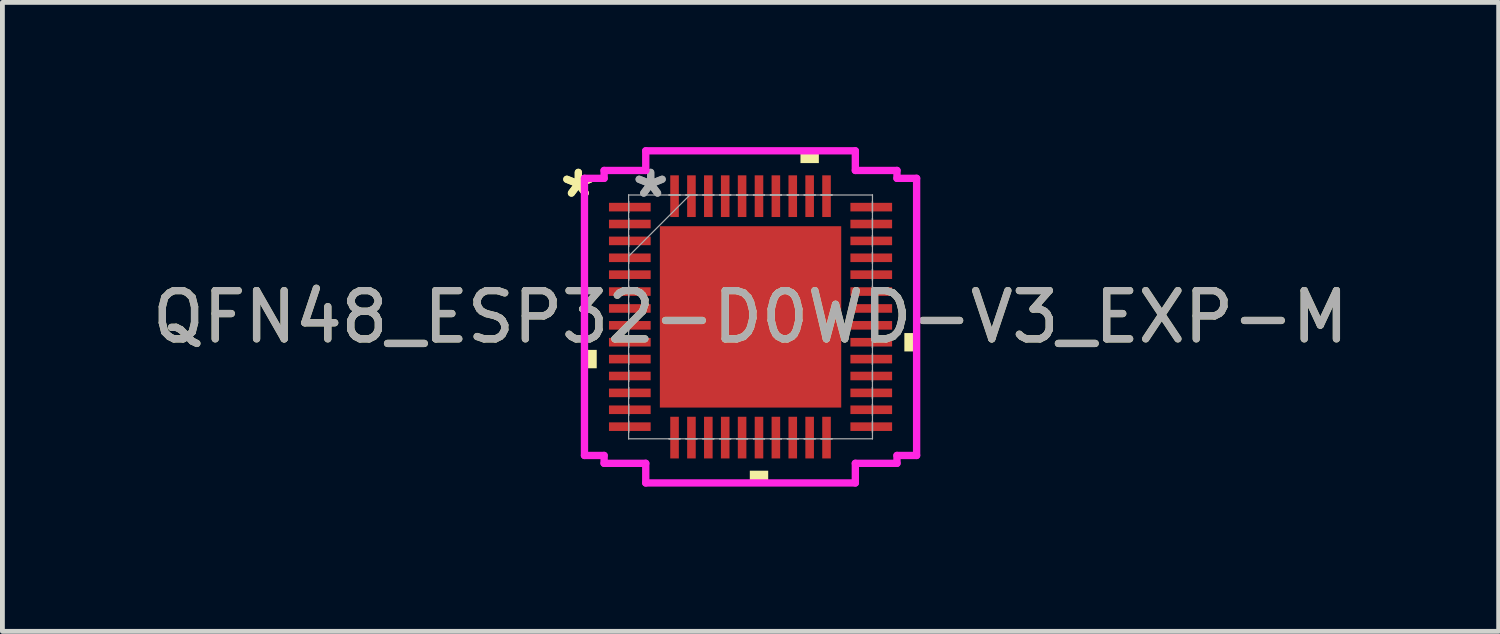
<source format=kicad_pcb>
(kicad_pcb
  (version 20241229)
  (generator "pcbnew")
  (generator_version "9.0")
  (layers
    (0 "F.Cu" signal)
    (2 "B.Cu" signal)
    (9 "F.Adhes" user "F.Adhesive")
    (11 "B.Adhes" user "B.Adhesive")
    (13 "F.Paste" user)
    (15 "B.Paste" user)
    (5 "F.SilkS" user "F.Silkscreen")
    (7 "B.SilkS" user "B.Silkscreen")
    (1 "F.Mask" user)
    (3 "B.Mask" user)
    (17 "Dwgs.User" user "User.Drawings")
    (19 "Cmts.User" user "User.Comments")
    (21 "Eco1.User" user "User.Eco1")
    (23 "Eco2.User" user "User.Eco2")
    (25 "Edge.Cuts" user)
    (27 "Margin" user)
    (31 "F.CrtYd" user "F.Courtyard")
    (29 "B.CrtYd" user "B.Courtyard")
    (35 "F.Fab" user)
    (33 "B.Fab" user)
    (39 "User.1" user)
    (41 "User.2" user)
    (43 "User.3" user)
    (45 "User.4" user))
  (footprint "QFN48_ESP32-D0WD-V3_EXP-M"
    (layer "F.Cu")
    (at 12.506 3.518)
    (property "Reference" "QFN48_ESP32-D0WD-V3_EXP-M" (at 0 0 0) (unlocked yes) (layer "F.SilkS") (effects (font (size 1 1) (thickness 0.15))))
    (attr smd)
    (fp_poly (pts (xy -3.442 0.684) (xy -3.442 1.065) (xy -3.188 1.065) (xy -3.188 0.684)) (stroke (width 0) (type solid)) (fill yes) (layer "F.SilkS"))
    (fp_poly (pts (xy -0.015 3.188) (xy -0.015 3.442) (xy 0.366 3.442) (xy 0.366 3.188)) (stroke (width 0) (type solid)) (fill yes) (layer "F.SilkS"))
    (fp_poly (pts (xy 1.035 -3.188) (xy 1.035 -3.442) (xy 1.416 -3.442) (xy 1.416 -3.188)) (stroke (width 0) (type solid)) (fill yes) (layer "F.SilkS"))
    (fp_poly (pts (xy 3.442 0.335) (xy 3.442 0.716) (xy 3.188 0.716) (xy 3.188 0.335)) (stroke (width 0) (type solid)) (fill yes) (layer "F.SilkS"))
    (fp_poly (pts (xy -1.78 -1.78) (xy -1.78 -0.1) (xy -0.1 -0.1) (xy -0.1 -1.78)) (stroke (width 0) (type solid)) (fill yes) (layer "F.Paste"))
    (fp_poly (pts (xy -1.78 0.1) (xy -1.78 1.78) (xy -0.1 1.78) (xy -0.1 0.1)) (stroke (width 0) (type solid)) (fill yes) (layer "F.Paste"))
    (fp_poly (pts (xy 0.1 -1.78) (xy 0.1 -0.1) (xy 1.78 -0.1) (xy 1.78 -1.78)) (stroke (width 0) (type solid)) (fill yes) (layer "F.Paste"))
    (fp_poly (pts (xy 0.1 0.1) (xy 0.1 1.78) (xy 1.78 1.78) (xy 1.78 0.1)) (stroke (width 0) (type solid)) (fill yes) (layer "F.Paste"))
    (fp_line (start -3.442 -2.872) (end -3.035 -2.872) (stroke (width 0.152) (type solid)) (layer "F.CrtYd"))
    (fp_line (start -3.442 2.872) (end -3.442 -2.872) (stroke (width 0.152) (type solid)) (layer "F.CrtYd"))
    (fp_line (start -3.035 -3.035) (end -2.172 -3.035) (stroke (width 0.152) (type solid)) (layer "F.CrtYd"))
    (fp_line (start -3.035 -2.872) (end -3.035 -3.035) (stroke (width 0.152) (type solid)) (layer "F.CrtYd"))
    (fp_line (start -3.035 2.872) (end -3.442 2.872) (stroke (width 0.152) (type solid)) (layer "F.CrtYd"))
    (fp_line (start -3.035 3.035) (end -3.035 2.872) (stroke (width 0.152) (type solid)) (layer "F.CrtYd"))
    (fp_line (start -2.172 -3.442) (end 2.172 -3.442) (stroke (width 0.152) (type solid)) (layer "F.CrtYd"))
    (fp_line (start -2.172 -3.035) (end -2.172 -3.442) (stroke (width 0.152) (type solid)) (layer "F.CrtYd"))
    (fp_line (start -2.172 3.035) (end -3.035 3.035) (stroke (width 0.152) (type solid)) (layer "F.CrtYd"))
    (fp_line (start -2.172 3.442) (end -2.172 3.035) (stroke (width 0.152) (type solid)) (layer "F.CrtYd"))
    (fp_line (start 2.172 -3.442) (end 2.172 -3.035) (stroke (width 0.152) (type solid)) (layer "F.CrtYd"))
    (fp_line (start 2.172 -3.035) (end 3.035 -3.035) (stroke (width 0.152) (type solid)) (layer "F.CrtYd"))
    (fp_line (start 2.172 3.035) (end 2.172 3.442) (stroke (width 0.152) (type solid)) (layer "F.CrtYd"))
    (fp_line (start 2.172 3.442) (end -2.172 3.442) (stroke (width 0.152) (type solid)) (layer "F.CrtYd"))
    (fp_line (start 3.035 -3.035) (end 3.035 -2.872) (stroke (width 0.152) (type solid)) (layer "F.CrtYd"))
    (fp_line (start 3.035 -2.872) (end 3.442 -2.872) (stroke (width 0.152) (type solid)) (layer "F.CrtYd"))
    (fp_line (start 3.035 2.872) (end 3.035 3.035) (stroke (width 0.152) (type solid)) (layer "F.CrtYd"))
    (fp_line (start 3.035 3.035) (end 2.172 3.035) (stroke (width 0.152) (type solid)) (layer "F.CrtYd"))
    (fp_line (start 3.442 -2.872) (end 3.442 2.872) (stroke (width 0.152) (type solid)) (layer "F.CrtYd"))
    (fp_line (start 3.442 2.872) (end 3.035 2.872) (stroke (width 0.152) (type solid)) (layer "F.CrtYd"))
    (fp_line (start -2.527 -2.527) (end -2.527 -2.527) (stroke (width 0.025) (type solid)) (layer "F.Fab"))
    (fp_line (start -2.527 -2.527) (end -2.527 2.527) (stroke (width 0.025) (type solid)) (layer "F.Fab"))
    (fp_line (start -2.527 -2.389) (end -2.527 -2.389) (stroke (width 0.025) (type solid)) (layer "F.Fab"))
    (fp_line (start -2.527 -2.389) (end -2.527 -2.161) (stroke (width 0.025) (type solid)) (layer "F.Fab"))
    (fp_line (start -2.527 -2.161) (end -2.527 -2.389) (stroke (width 0.025) (type solid)) (layer "F.Fab"))
    (fp_line (start -2.527 -2.161) (end -2.527 -2.161) (stroke (width 0.025) (type solid)) (layer "F.Fab"))
    (fp_line (start -2.527 -2.039) (end -2.527 -2.039) (stroke (width 0.025) (type solid)) (layer "F.Fab"))
    (fp_line (start -2.527 -2.039) (end -2.527 -1.811) (stroke (width 0.025) (type solid)) (layer "F.Fab"))
    (fp_line (start -2.527 -1.811) (end -2.527 -2.039) (stroke (width 0.025) (type solid)) (layer "F.Fab"))
    (fp_line (start -2.527 -1.811) (end -2.527 -1.811) (stroke (width 0.025) (type solid)) (layer "F.Fab"))
    (fp_line (start -2.527 -1.689) (end -2.527 -1.689) (stroke (width 0.025) (type solid)) (layer "F.Fab"))
    (fp_line (start -2.527 -1.689) (end -2.527 -1.461) (stroke (width 0.025) (type solid)) (layer "F.Fab"))
    (fp_line (start -2.527 -1.461) (end -2.527 -1.689) (stroke (width 0.025) (type solid)) (layer "F.Fab"))
    (fp_line (start -2.527 -1.461) (end -2.527 -1.461) (stroke (width 0.025) (type solid)) (layer "F.Fab"))
    (fp_line (start -2.527 -1.339) (end -2.527 -1.339) (stroke (width 0.025) (type solid)) (layer "F.Fab"))
    (fp_line (start -2.527 -1.339) (end -2.527 -1.111) (stroke (width 0.025) (type solid)) (layer "F.Fab"))
    (fp_line (start -2.527 -1.257) (end -1.257 -2.527) (stroke (width 0.025) (type solid)) (layer "F.Fab"))
    (fp_line (start -2.527 -1.111) (end -2.527 -1.339) (stroke (width 0.025) (type solid)) (layer "F.Fab"))
    (fp_line (start -2.527 -1.111) (end -2.527 -1.111) (stroke (width 0.025) (type solid)) (layer "F.Fab"))
    (fp_line (start -2.527 -0.989) (end -2.527 -0.989) (stroke (width 0.025) (type solid)) (layer "F.Fab"))
    (fp_line (start -2.527 -0.989) (end -2.527 -0.761) (stroke (width 0.025) (type solid)) (layer "F.Fab"))
    (fp_line (start -2.527 -0.761) (end -2.527 -0.989) (stroke (width 0.025) (type solid)) (layer "F.Fab"))
    (fp_line (start -2.527 -0.761) (end -2.527 -0.761) (stroke (width 0.025) (type solid)) (layer "F.Fab"))
    (fp_line (start -2.527 -0.639) (end -2.527 -0.639) (stroke (width 0.025) (type solid)) (layer "F.Fab"))
    (fp_line (start -2.527 -0.639) (end -2.527 -0.411) (stroke (width 0.025) (type solid)) (layer "F.Fab"))
    (fp_line (start -2.527 -0.411) (end -2.527 -0.639) (stroke (width 0.025) (type solid)) (layer "F.Fab"))
    (fp_line (start -2.527 -0.411) (end -2.527 -0.411) (stroke (width 0.025) (type solid)) (layer "F.Fab"))
    (fp_line (start -2.527 -0.289) (end -2.527 -0.289) (stroke (width 0.025) (type solid)) (layer "F.Fab"))
    (fp_line (start -2.527 -0.289) (end -2.527 -0.061) (stroke (width 0.025) (type solid)) (layer "F.Fab"))
    (fp_line (start -2.527 -0.061) (end -2.527 -0.289) (stroke (width 0.025) (type solid)) (layer "F.Fab"))
    (fp_line (start -2.527 -0.061) (end -2.527 -0.061) (stroke (width 0.025) (type solid)) (layer "F.Fab"))
    (fp_line (start -2.527 0.061) (end -2.527 0.061) (stroke (width 0.025) (type solid)) (layer "F.Fab"))
    (fp_line (start -2.527 0.061) (end -2.527 0.289) (stroke (width 0.025) (type solid)) (layer "F.Fab"))
    (fp_line (start -2.527 0.289) (end -2.527 0.061) (stroke (width 0.025) (type solid)) (layer "F.Fab"))
    (fp_line (start -2.527 0.289) (end -2.527 0.289) (stroke (width 0.025) (type solid)) (layer "F.Fab"))
    (fp_line (start -2.527 0.411) (end -2.527 0.411) (stroke (width 0.025) (type solid)) (layer "F.Fab"))
    (fp_line (start -2.527 0.411) (end -2.527 0.639) (stroke (width 0.025) (type solid)) (layer "F.Fab"))
    (fp_line (start -2.527 0.639) (end -2.527 0.411) (stroke (width 0.025) (type solid)) (layer "F.Fab"))
    (fp_line (start -2.527 0.639) (end -2.527 0.639) (stroke (width 0.025) (type solid)) (layer "F.Fab"))
    (fp_line (start -2.527 0.761) (end -2.527 0.761) (stroke (width 0.025) (type solid)) (layer "F.Fab"))
    (fp_line (start -2.527 0.761) (end -2.527 0.989) (stroke (width 0.025) (type solid)) (layer "F.Fab"))
    (fp_line (start -2.527 0.989) (end -2.527 0.761) (stroke (width 0.025) (type solid)) (layer "F.Fab"))
    (fp_line (start -2.527 0.989) (end -2.527 0.989) (stroke (width 0.025) (type solid)) (layer "F.Fab"))
    (fp_line (start -2.527 1.111) (end -2.527 1.111) (stroke (width 0.025) (type solid)) (layer "F.Fab"))
    (fp_line (start -2.527 1.111) (end -2.527 1.339) (stroke (width 0.025) (type solid)) (layer "F.Fab"))
    (fp_line (start -2.527 1.339) (end -2.527 1.111) (stroke (width 0.025) (type solid)) (layer "F.Fab"))
    (fp_line (start -2.527 1.339) (end -2.527 1.339) (stroke (width 0.025) (type solid)) (layer "F.Fab"))
    (fp_line (start -2.527 1.461) (end -2.527 1.461) (stroke (width 0.025) (type solid)) (layer "F.Fab"))
    (fp_line (start -2.527 1.461) (end -2.527 1.689) (stroke (width 0.025) (type solid)) (layer "F.Fab"))
    (fp_line (start -2.527 1.689) (end -2.527 1.461) (stroke (width 0.025) (type solid)) (layer "F.Fab"))
    (fp_line (start -2.527 1.689) (end -2.527 1.689) (stroke (width 0.025) (type solid)) (layer "F.Fab"))
    (fp_line (start -2.527 1.811) (end -2.527 1.811) (stroke (width 0.025) (type solid)) (layer "F.Fab"))
    (fp_line (start -2.527 1.811) (end -2.527 2.039) (stroke (width 0.025) (type solid)) (layer "F.Fab"))
    (fp_line (start -2.527 2.039) (end -2.527 1.811) (stroke (width 0.025) (type solid)) (layer "F.Fab"))
    (fp_line (start -2.527 2.039) (end -2.527 2.039) (stroke (width 0.025) (type solid)) (layer "F.Fab"))
    (fp_line (start -2.527 2.161) (end -2.527 2.161) (stroke (width 0.025) (type solid)) (layer "F.Fab"))
    (fp_line (start -2.527 2.161) (end -2.527 2.389) (stroke (width 0.025) (type solid)) (layer "F.Fab"))
    (fp_line (start -2.527 2.389) (end -2.527 2.161) (stroke (width 0.025) (type solid)) (layer "F.Fab"))
    (fp_line (start -2.527 2.389) (end -2.527 2.389) (stroke (width 0.025) (type solid)) (layer "F.Fab"))
    (fp_line (start -2.527 2.527) (end -2.527 2.527) (stroke (width 0.025) (type solid)) (layer "F.Fab"))
    (fp_line (start -2.527 2.527) (end 2.527 2.527) (stroke (width 0.025) (type solid)) (layer "F.Fab"))
    (fp_line (start -1.689 -2.527) (end -1.689 -2.527) (stroke (width 0.025) (type solid)) (layer "F.Fab"))
    (fp_line (start -1.689 -2.527) (end -1.461 -2.527) (stroke (width 0.025) (type solid)) (layer "F.Fab"))
    (fp_line (start -1.689 2.527) (end -1.689 2.527) (stroke (width 0.025) (type solid)) (layer "F.Fab"))
    (fp_line (start -1.689 2.527) (end -1.461 2.527) (stroke (width 0.025) (type solid)) (layer "F.Fab"))
    (fp_line (start -1.461 -2.527) (end -1.689 -2.527) (stroke (width 0.025) (type solid)) (layer "F.Fab"))
    (fp_line (start -1.461 -2.527) (end -1.461 -2.527) (stroke (width 0.025) (type solid)) (layer "F.Fab"))
    (fp_line (start -1.461 2.527) (end -1.689 2.527) (stroke (width 0.025) (type solid)) (layer "F.Fab"))
    (fp_line (start -1.461 2.527) (end -1.461 2.527) (stroke (width 0.025) (type solid)) (layer "F.Fab"))
    (fp_line (start -1.339 -2.527) (end -1.339 -2.527) (stroke (width 0.025) (type solid)) (layer "F.Fab"))
    (fp_line (start -1.339 -2.527) (end -1.111 -2.527) (stroke (width 0.025) (type solid)) (layer "F.Fab"))
    (fp_line (start -1.339 2.527) (end -1.339 2.527) (stroke (width 0.025) (type solid)) (layer "F.Fab"))
    (fp_line (start -1.339 2.527) (end -1.111 2.527) (stroke (width 0.025) (type solid)) (layer "F.Fab"))
    (fp_line (start -1.111 -2.527) (end -1.339 -2.527) (stroke (width 0.025) (type solid)) (layer "F.Fab"))
    (fp_line (start -1.111 -2.527) (end -1.111 -2.527) (stroke (width 0.025) (type solid)) (layer "F.Fab"))
    (fp_line (start -1.111 2.527) (end -1.339 2.527) (stroke (width 0.025) (type solid)) (layer "F.Fab"))
    (fp_line (start -1.111 2.527) (end -1.111 2.527) (stroke (width 0.025) (type solid)) (layer "F.Fab"))
    (fp_line (start -0.989 -2.527) (end -0.989 -2.527) (stroke (width 0.025) (type solid)) (layer "F.Fab"))
    (fp_line (start -0.989 -2.527) (end -0.761 -2.527) (stroke (width 0.025) (type solid)) (layer "F.Fab"))
    (fp_line (start -0.989 2.527) (end -0.989 2.527) (stroke (width 0.025) (type solid)) (layer "F.Fab"))
    (fp_line (start -0.989 2.527) (end -0.761 2.527) (stroke (width 0.025) (type solid)) (layer "F.Fab"))
    (fp_line (start -0.761 -2.527) (end -0.989 -2.527) (stroke (width 0.025) (type solid)) (layer "F.Fab"))
    (fp_line (start -0.761 -2.527) (end -0.761 -2.527) (stroke (width 0.025) (type solid)) (layer "F.Fab"))
    (fp_line (start -0.761 2.527) (end -0.989 2.527) (stroke (width 0.025) (type solid)) (layer "F.Fab"))
    (fp_line (start -0.761 2.527) (end -0.761 2.527) (stroke (width 0.025) (type solid)) (layer "F.Fab"))
    (fp_line (start -0.639 -2.527) (end -0.639 -2.527) (stroke (width 0.025) (type solid)) (layer "F.Fab"))
    (fp_line (start -0.639 -2.527) (end -0.411 -2.527) (stroke (width 0.025) (type solid)) (layer "F.Fab"))
    (fp_line (start -0.639 2.527) (end -0.639 2.527) (stroke (width 0.025) (type solid)) (layer "F.Fab"))
    (fp_line (start -0.639 2.527) (end -0.411 2.527) (stroke (width 0.025) (type solid)) (layer "F.Fab"))
    (fp_line (start -0.411 -2.527) (end -0.639 -2.527) (stroke (width 0.025) (type solid)) (layer "F.Fab"))
    (fp_line (start -0.411 -2.527) (end -0.411 -2.527) (stroke (width 0.025) (type solid)) (layer "F.Fab"))
    (fp_line (start -0.411 2.527) (end -0.639 2.527) (stroke (width 0.025) (type solid)) (layer "F.Fab"))
    (fp_line (start -0.411 2.527) (end -0.411 2.527) (stroke (width 0.025) (type solid)) (layer "F.Fab"))
    (fp_line (start -0.289 -2.527) (end -0.289 -2.527) (stroke (width 0.025) (type solid)) (layer "F.Fab"))
    (fp_line (start -0.289 -2.527) (end -0.061 -2.527) (stroke (width 0.025) (type solid)) (layer "F.Fab"))
    (fp_line (start -0.289 2.527) (end -0.289 2.527) (stroke (width 0.025) (type solid)) (layer "F.Fab"))
    (fp_line (start -0.289 2.527) (end -0.061 2.527) (stroke (width 0.025) (type solid)) (layer "F.Fab"))
    (fp_line (start -0.061 -2.527) (end -0.289 -2.527) (stroke (width 0.025) (type solid)) (layer "F.Fab"))
    (fp_line (start -0.061 -2.527) (end -0.061 -2.527) (stroke (width 0.025) (type solid)) (layer "F.Fab"))
    (fp_line (start -0.061 2.527) (end -0.289 2.527) (stroke (width 0.025) (type solid)) (layer "F.Fab"))
    (fp_line (start -0.061 2.527) (end -0.061 2.527) (stroke (width 0.025) (type solid)) (layer "F.Fab"))
    (fp_line (start 0.061 -2.527) (end 0.061 -2.527) (stroke (width 0.025) (type solid)) (layer "F.Fab"))
    (fp_line (start 0.061 -2.527) (end 0.289 -2.527) (stroke (width 0.025) (type solid)) (layer "F.Fab"))
    (fp_line (start 0.061 2.527) (end 0.061 2.527) (stroke (width 0.025) (type solid)) (layer "F.Fab"))
    (fp_line (start 0.061 2.527) (end 0.289 2.527) (stroke (width 0.025) (type solid)) (layer "F.Fab"))
    (fp_line (start 0.289 -2.527) (end 0.061 -2.527) (stroke (width 0.025) (type solid)) (layer "F.Fab"))
    (fp_line (start 0.289 -2.527) (end 0.289 -2.527) (stroke (width 0.025) (type solid)) (layer "F.Fab"))
    (fp_line (start 0.289 2.527) (end 0.061 2.527) (stroke (width 0.025) (type solid)) (layer "F.Fab"))
    (fp_line (start 0.289 2.527) (end 0.289 2.527) (stroke (width 0.025) (type solid)) (layer "F.Fab"))
    (fp_line (start 0.411 -2.527) (end 0.411 -2.527) (stroke (width 0.025) (type solid)) (layer "F.Fab"))
    (fp_line (start 0.411 -2.527) (end 0.639 -2.527) (stroke (width 0.025) (type solid)) (layer "F.Fab"))
    (fp_line (start 0.411 2.527) (end 0.411 2.527) (stroke (width 0.025) (type solid)) (layer "F.Fab"))
    (fp_line (start 0.411 2.527) (end 0.639 2.527) (stroke (width 0.025) (type solid)) (layer "F.Fab"))
    (fp_line (start 0.639 -2.527) (end 0.411 -2.527) (stroke (width 0.025) (type solid)) (layer "F.Fab"))
    (fp_line (start 0.639 -2.527) (end 0.639 -2.527) (stroke (width 0.025) (type solid)) (layer "F.Fab"))
    (fp_line (start 0.639 2.527) (end 0.411 2.527) (stroke (width 0.025) (type solid)) (layer "F.Fab"))
    (fp_line (start 0.639 2.527) (end 0.639 2.527) (stroke (width 0.025) (type solid)) (layer "F.Fab"))
    (fp_line (start 0.761 -2.527) (end 0.761 -2.527) (stroke (width 0.025) (type solid)) (layer "F.Fab"))
    (fp_line (start 0.761 -2.527) (end 0.989 -2.527) (stroke (width 0.025) (type solid)) (layer "F.Fab"))
    (fp_line (start 0.761 2.527) (end 0.761 2.527) (stroke (width 0.025) (type solid)) (layer "F.Fab"))
    (fp_line (start 0.761 2.527) (end 0.989 2.527) (stroke (width 0.025) (type solid)) (layer "F.Fab"))
    (fp_line (start 0.989 -2.527) (end 0.761 -2.527) (stroke (width 0.025) (type solid)) (layer "F.Fab"))
    (fp_line (start 0.989 -2.527) (end 0.989 -2.527) (stroke (width 0.025) (type solid)) (layer "F.Fab"))
    (fp_line (start 0.989 2.527) (end 0.761 2.527) (stroke (width 0.025) (type solid)) (layer "F.Fab"))
    (fp_line (start 0.989 2.527) (end 0.989 2.527) (stroke (width 0.025) (type solid)) (layer "F.Fab"))
    (fp_line (start 1.111 -2.527) (end 1.111 -2.527) (stroke (width 0.025) (type solid)) (layer "F.Fab"))
    (fp_line (start 1.111 -2.527) (end 1.339 -2.527) (stroke (width 0.025) (type solid)) (layer "F.Fab"))
    (fp_line (start 1.111 2.527) (end 1.111 2.527) (stroke (width 0.025) (type solid)) (layer "F.Fab"))
    (fp_line (start 1.111 2.527) (end 1.339 2.527) (stroke (width 0.025) (type solid)) (layer "F.Fab"))
    (fp_line (start 1.339 -2.527) (end 1.111 -2.527) (stroke (width 0.025) (type solid)) (layer "F.Fab"))
    (fp_line (start 1.339 -2.527) (end 1.339 -2.527) (stroke (width 0.025) (type solid)) (layer "F.Fab"))
    (fp_line (start 1.339 2.527) (end 1.111 2.527) (stroke (width 0.025) (type solid)) (layer "F.Fab"))
    (fp_line (start 1.339 2.527) (end 1.339 2.527) (stroke (width 0.025) (type solid)) (layer "F.Fab"))
    (fp_line (start 1.461 -2.527) (end 1.461 -2.527) (stroke (width 0.025) (type solid)) (layer "F.Fab"))
    (fp_line (start 1.461 -2.527) (end 1.689 -2.527) (stroke (width 0.025) (type solid)) (layer "F.Fab"))
    (fp_line (start 1.461 2.527) (end 1.461 2.527) (stroke (width 0.025) (type solid)) (layer "F.Fab"))
    (fp_line (start 1.461 2.527) (end 1.689 2.527) (stroke (width 0.025) (type solid)) (layer "F.Fab"))
    (fp_line (start 1.689 -2.527) (end 1.461 -2.527) (stroke (width 0.025) (type solid)) (layer "F.Fab"))
    (fp_line (start 1.689 -2.527) (end 1.689 -2.527) (stroke (width 0.025) (type solid)) (layer "F.Fab"))
    (fp_line (start 1.689 2.527) (end 1.461 2.527) (stroke (width 0.025) (type solid)) (layer "F.Fab"))
    (fp_line (start 1.689 2.527) (end 1.689 2.527) (stroke (width 0.025) (type solid)) (layer "F.Fab"))
    (fp_line (start 2.527 -2.527) (end -2.527 -2.527) (stroke (width 0.025) (type solid)) (layer "F.Fab"))
    (fp_line (start 2.527 -2.527) (end 2.527 -2.527) (stroke (width 0.025) (type solid)) (layer "F.Fab"))
    (fp_line (start 2.527 -2.389) (end 2.527 -2.389) (stroke (width 0.025) (type solid)) (layer "F.Fab"))
    (fp_line (start 2.527 -2.389) (end 2.527 -2.161) (stroke (width 0.025) (type solid)) (layer "F.Fab"))
    (fp_line (start 2.527 -2.161) (end 2.527 -2.389) (stroke (width 0.025) (type solid)) (layer "F.Fab"))
    (fp_line (start 2.527 -2.161) (end 2.527 -2.161) (stroke (width 0.025) (type solid)) (layer "F.Fab"))
    (fp_line (start 2.527 -2.039) (end 2.527 -2.039) (stroke (width 0.025) (type solid)) (layer "F.Fab"))
    (fp_line (start 2.527 -2.039) (end 2.527 -1.811) (stroke (width 0.025) (type solid)) (layer "F.Fab"))
    (fp_line (start 2.527 -1.811) (end 2.527 -2.039) (stroke (width 0.025) (type solid)) (layer "F.Fab"))
    (fp_line (start 2.527 -1.811) (end 2.527 -1.811) (stroke (width 0.025) (type solid)) (layer "F.Fab"))
    (fp_line (start 2.527 -1.689) (end 2.527 -1.689) (stroke (width 0.025) (type solid)) (layer "F.Fab"))
    (fp_line (start 2.527 -1.689) (end 2.527 -1.461) (stroke (width 0.025) (type solid)) (layer "F.Fab"))
    (fp_line (start 2.527 -1.461) (end 2.527 -1.689) (stroke (width 0.025) (type solid)) (layer "F.Fab"))
    (fp_line (start 2.527 -1.461) (end 2.527 -1.461) (stroke (width 0.025) (type solid)) (layer "F.Fab"))
    (fp_line (start 2.527 -1.339) (end 2.527 -1.339) (stroke (width 0.025) (type solid)) (layer "F.Fab"))
    (fp_line (start 2.527 -1.339) (end 2.527 -1.111) (stroke (width 0.025) (type solid)) (layer "F.Fab"))
    (fp_line (start 2.527 -1.111) (end 2.527 -1.339) (stroke (width 0.025) (type solid)) (layer "F.Fab"))
    (fp_line (start 2.527 -1.111) (end 2.527 -1.111) (stroke (width 0.025) (type solid)) (layer "F.Fab"))
    (fp_line (start 2.527 -0.989) (end 2.527 -0.989) (stroke (width 0.025) (type solid)) (layer "F.Fab"))
    (fp_line (start 2.527 -0.989) (end 2.527 -0.761) (stroke (width 0.025) (type solid)) (layer "F.Fab"))
    (fp_line (start 2.527 -0.761) (end 2.527 -0.989) (stroke (width 0.025) (type solid)) (layer "F.Fab"))
    (fp_line (start 2.527 -0.761) (end 2.527 -0.761) (stroke (width 0.025) (type solid)) (layer "F.Fab"))
    (fp_line (start 2.527 -0.639) (end 2.527 -0.639) (stroke (width 0.025) (type solid)) (layer "F.Fab"))
    (fp_line (start 2.527 -0.639) (end 2.527 -0.411) (stroke (width 0.025) (type solid)) (layer "F.Fab"))
    (fp_line (start 2.527 -0.411) (end 2.527 -0.639) (stroke (width 0.025) (type solid)) (layer "F.Fab"))
    (fp_line (start 2.527 -0.411) (end 2.527 -0.411) (stroke (width 0.025) (type solid)) (layer "F.Fab"))
    (fp_line (start 2.527 -0.289) (end 2.527 -0.289) (stroke (width 0.025) (type solid)) (layer "F.Fab"))
    (fp_line (start 2.527 -0.289) (end 2.527 -0.061) (stroke (width 0.025) (type solid)) (layer "F.Fab"))
    (fp_line (start 2.527 -0.061) (end 2.527 -0.289) (stroke (width 0.025) (type solid)) (layer "F.Fab"))
    (fp_line (start 2.527 -0.061) (end 2.527 -0.061) (stroke (width 0.025) (type solid)) (layer "F.Fab"))
    (fp_line (start 2.527 0.061) (end 2.527 0.061) (stroke (width 0.025) (type solid)) (layer "F.Fab"))
    (fp_line (start 2.527 0.061) (end 2.527 0.289) (stroke (width 0.025) (type solid)) (layer "F.Fab"))
    (fp_line (start 2.527 0.289) (end 2.527 0.061) (stroke (width 0.025) (type solid)) (layer "F.Fab"))
    (fp_line (start 2.527 0.289) (end 2.527 0.289) (stroke (width 0.025) (type solid)) (layer "F.Fab"))
    (fp_line (start 2.527 0.411) (end 2.527 0.411) (stroke (width 0.025) (type solid)) (layer "F.Fab"))
    (fp_line (start 2.527 0.411) (end 2.527 0.639) (stroke (width 0.025) (type solid)) (layer "F.Fab"))
    (fp_line (start 2.527 0.639) (end 2.527 0.411) (stroke (width 0.025) (type solid)) (layer "F.Fab"))
    (fp_line (start 2.527 0.639) (end 2.527 0.639) (stroke (width 0.025) (type solid)) (layer "F.Fab"))
    (fp_line (start 2.527 0.761) (end 2.527 0.761) (stroke (width 0.025) (type solid)) (layer "F.Fab"))
    (fp_line (start 2.527 0.761) (end 2.527 0.989) (stroke (width 0.025) (type solid)) (layer "F.Fab"))
    (fp_line (start 2.527 0.989) (end 2.527 0.761) (stroke (width 0.025) (type solid)) (layer "F.Fab"))
    (fp_line (start 2.527 0.989) (end 2.527 0.989) (stroke (width 0.025) (type solid)) (layer "F.Fab"))
    (fp_line (start 2.527 1.111) (end 2.527 1.111) (stroke (width 0.025) (type solid)) (layer "F.Fab"))
    (fp_line (start 2.527 1.111) (end 2.527 1.339) (stroke (width 0.025) (type solid)) (layer "F.Fab"))
    (fp_line (start 2.527 1.339) (end 2.527 1.111) (stroke (width 0.025) (type solid)) (layer "F.Fab"))
    (fp_line (start 2.527 1.339) (end 2.527 1.339) (stroke (width 0.025) (type solid)) (layer "F.Fab"))
    (fp_line (start 2.527 1.461) (end 2.527 1.461) (stroke (width 0.025) (type solid)) (layer "F.Fab"))
    (fp_line (start 2.527 1.461) (end 2.527 1.689) (stroke (width 0.025) (type solid)) (layer "F.Fab"))
    (fp_line (start 2.527 1.689) (end 2.527 1.461) (stroke (width 0.025) (type solid)) (layer "F.Fab"))
    (fp_line (start 2.527 1.689) (end 2.527 1.689) (stroke (width 0.025) (type solid)) (layer "F.Fab"))
    (fp_line (start 2.527 1.811) (end 2.527 1.811) (stroke (width 0.025) (type solid)) (layer "F.Fab"))
    (fp_line (start 2.527 1.811) (end 2.527 2.039) (stroke (width 0.025) (type solid)) (layer "F.Fab"))
    (fp_line (start 2.527 2.039) (end 2.527 1.811) (stroke (width 0.025) (type solid)) (layer "F.Fab"))
    (fp_line (start 2.527 2.039) (end 2.527 2.039) (stroke (width 0.025) (type solid)) (layer "F.Fab"))
    (fp_line (start 2.527 2.161) (end 2.527 2.161) (stroke (width 0.025) (type solid)) (layer "F.Fab"))
    (fp_line (start 2.527 2.161) (end 2.527 2.389) (stroke (width 0.025) (type solid)) (layer "F.Fab"))
    (fp_line (start 2.527 2.389) (end 2.527 2.161) (stroke (width 0.025) (type solid)) (layer "F.Fab"))
    (fp_line (start 2.527 2.389) (end 2.527 2.389) (stroke (width 0.025) (type solid)) (layer "F.Fab"))
    (fp_line (start 2.527 2.527) (end 2.527 -2.527) (stroke (width 0.025) (type solid)) (layer "F.Fab"))
    (fp_line (start 2.527 2.527) (end 2.527 2.527) (stroke (width 0.025) (type solid)) (layer "F.Fab"))
    (fp_text user "*" (at -3.569 -2.45 0) (unlocked yes) (layer "F.SilkS") (effects (font (size 1 1) (thickness 0.15))))
    (fp_text user "*" (at -3.569 -2.45 0) (layer "F.SilkS") (effects (font (size 1 1) (thickness 0.15))))
    (fp_text user "*" (at -2.07 -2.45 0) (unlocked yes) (layer "F.Fab") (effects (font (size 1 1) (thickness 0.15))))
    (fp_text user "*" (at -2.07 -2.45 0) (layer "F.Fab") (effects (font (size 1 1) (thickness 0.15))))
    (fp_text user "${REFERENCE}" (at 0 0 0) (unlocked yes) (layer "F.Fab") (effects (font (size 1 1) (thickness 0.15))))
    (pad "1" smd rect (at -2.502 -2.275 90) (size 0.178 0.864) (layers "F.Cu" "F.Mask" "F.Paste"))
    (pad "2" smd rect (at -2.502 -1.925 90) (size 0.178 0.864) (layers "F.Cu" "F.Mask" "F.Paste"))
    (pad "3" smd rect (at -2.502 -1.575 90) (size 0.178 0.864) (layers "F.Cu" "F.Mask" "F.Paste"))
    (pad "4" smd rect (at -2.502 -1.225 90) (size 0.178 0.864) (layers "F.Cu" "F.Mask" "F.Paste"))
    (pad "5" smd rect (at -2.502 -0.875 90) (size 0.178 0.864) (layers "F.Cu" "F.Mask" "F.Paste"))
    (pad "6" smd rect (at -2.502 -0.525 90) (size 0.178 0.864) (layers "F.Cu" "F.Mask" "F.Paste"))
    (pad "7" smd rect (at -2.502 -0.175 90) (size 0.178 0.864) (layers "F.Cu" "F.Mask" "F.Paste"))
    (pad "8" smd rect (at -2.502 0.175 90) (size 0.178 0.864) (layers "F.Cu" "F.Mask" "F.Paste"))
    (pad "9" smd rect (at -2.502 0.525 90) (size 0.178 0.864) (layers "F.Cu" "F.Mask" "F.Paste"))
    (pad "10" smd rect (at -2.502 0.875 90) (size 0.178 0.864) (layers "F.Cu" "F.Mask" "F.Paste"))
    (pad "11" smd rect (at -2.502 1.225 90) (size 0.178 0.864) (layers "F.Cu" "F.Mask" "F.Paste"))
    (pad "12" smd rect (at -2.502 1.575 90) (size 0.178 0.864) (layers "F.Cu" "F.Mask" "F.Paste"))
    (pad "13" smd rect (at -2.502 1.925 90) (size 0.178 0.864) (layers "F.Cu" "F.Mask" "F.Paste"))
    (pad "14" smd rect (at -2.502 2.275 90) (size 0.178 0.864) (layers "F.Cu" "F.Mask" "F.Paste"))
    (pad "15" smd rect (at -1.575 2.502) (size 0.178 0.864) (layers "F.Cu" "F.Mask" "F.Paste"))
    (pad "16" smd rect (at -1.225 2.502) (size 0.178 0.864) (layers "F.Cu" "F.Mask" "F.Paste"))
    (pad "17" smd rect (at -0.875 2.502) (size 0.178 0.864) (layers "F.Cu" "F.Mask" "F.Paste"))
    (pad "18" smd rect (at -0.525 2.502) (size 0.178 0.864) (layers "F.Cu" "F.Mask" "F.Paste"))
    (pad "19" smd rect (at -0.175 2.502) (size 0.178 0.864) (layers "F.Cu" "F.Mask" "F.Paste"))
    (pad "20" smd rect (at 0.175 2.502) (size 0.178 0.864) (layers "F.Cu" "F.Mask" "F.Paste"))
    (pad "21" smd rect (at 0.525 2.502) (size 0.178 0.864) (layers "F.Cu" "F.Mask" "F.Paste"))
    (pad "22" smd rect (at 0.875 2.502) (size 0.178 0.864) (layers "F.Cu" "F.Mask" "F.Paste"))
    (pad "23" smd rect (at 1.225 2.502) (size 0.178 0.864) (layers "F.Cu" "F.Mask" "F.Paste"))
    (pad "24" smd rect (at 1.575 2.502) (size 0.178 0.864) (layers "F.Cu" "F.Mask" "F.Paste"))
    (pad "25" smd rect (at 2.502 2.275 90) (size 0.178 0.864) (layers "F.Cu" "F.Mask" "F.Paste"))
    (pad "26" smd rect (at 2.502 1.925 90) (size 0.178 0.864) (layers "F.Cu" "F.Mask" "F.Paste"))
    (pad "27" smd rect (at 2.502 1.575 90) (size 0.178 0.864) (layers "F.Cu" "F.Mask" "F.Paste"))
    (pad "28" smd rect (at 2.502 1.225 90) (size 0.178 0.864) (layers "F.Cu" "F.Mask" "F.Paste"))
    (pad "29" smd rect (at 2.502 0.875 90) (size 0.178 0.864) (layers "F.Cu" "F.Mask" "F.Paste"))
    (pad "30" smd rect (at 2.502 0.525 90) (size 0.178 0.864) (layers "F.Cu" "F.Mask" "F.Paste"))
    (pad "31" smd rect (at 2.502 0.175 90) (size 0.178 0.864) (layers "F.Cu" "F.Mask" "F.Paste"))
    (pad "32" smd rect (at 2.502 -0.175 90) (size 0.178 0.864) (layers "F.Cu" "F.Mask" "F.Paste"))
    (pad "33" smd rect (at 2.502 -0.525 90) (size 0.178 0.864) (layers "F.Cu" "F.Mask" "F.Paste"))
    (pad "34" smd rect (at 2.502 -0.875 90) (size 0.178 0.864) (layers "F.Cu" "F.Mask" "F.Paste"))
    (pad "35" smd rect (at 2.502 -1.225 90) (size 0.178 0.864) (layers "F.Cu" "F.Mask" "F.Paste"))
    (pad "36" smd rect (at 2.502 -1.575 90) (size 0.178 0.864) (layers "F.Cu" "F.Mask" "F.Paste"))
    (pad "37" smd rect (at 2.502 -1.925 90) (size 0.178 0.864) (layers "F.Cu" "F.Mask" "F.Paste"))
    (pad "38" smd rect (at 2.502 -2.275 90) (size 0.178 0.864) (layers "F.Cu" "F.Mask" "F.Paste"))
    (pad "39" smd rect (at 1.575 -2.502) (size 0.178 0.864) (layers "F.Cu" "F.Mask" "F.Paste"))
    (pad "40" smd rect (at 1.225 -2.502) (size 0.178 0.864) (layers "F.Cu" "F.Mask" "F.Paste"))
    (pad "41" smd rect (at 0.875 -2.502) (size 0.178 0.864) (layers "F.Cu" "F.Mask" "F.Paste"))
    (pad "42" smd rect (at 0.525 -2.502) (size 0.178 0.864) (layers "F.Cu" "F.Mask" "F.Paste"))
    (pad "43" smd rect (at 0.175 -2.502) (size 0.178 0.864) (layers "F.Cu" "F.Mask" "F.Paste"))
    (pad "44" smd rect (at -0.175 -2.502) (size 0.178 0.864) (layers "F.Cu" "F.Mask" "F.Paste"))
    (pad "45" smd rect (at -0.525 -2.502) (size 0.178 0.864) (layers "F.Cu" "F.Mask" "F.Paste"))
    (pad "46" smd rect (at -0.875 -2.502) (size 0.178 0.864) (layers "F.Cu" "F.Mask" "F.Paste"))
    (pad "47" smd rect (at -1.225 -2.502) (size 0.178 0.864) (layers "F.Cu" "F.Mask" "F.Paste"))
    (pad "48" smd rect (at -1.575 -2.502) (size 0.178 0.864) (layers "F.Cu" "F.Mask" "F.Paste"))
    (pad "49" smd rect (at 0 0) (size 3.759 3.759) (layers "F.Cu" "F.Mask")))
  (gr_rect
    (start -3 -3)
    (end 28.012 10.036)
    (stroke (width 0.1) (type default))
    (fill no)
    (layer "Edge.Cuts")))
</source>
